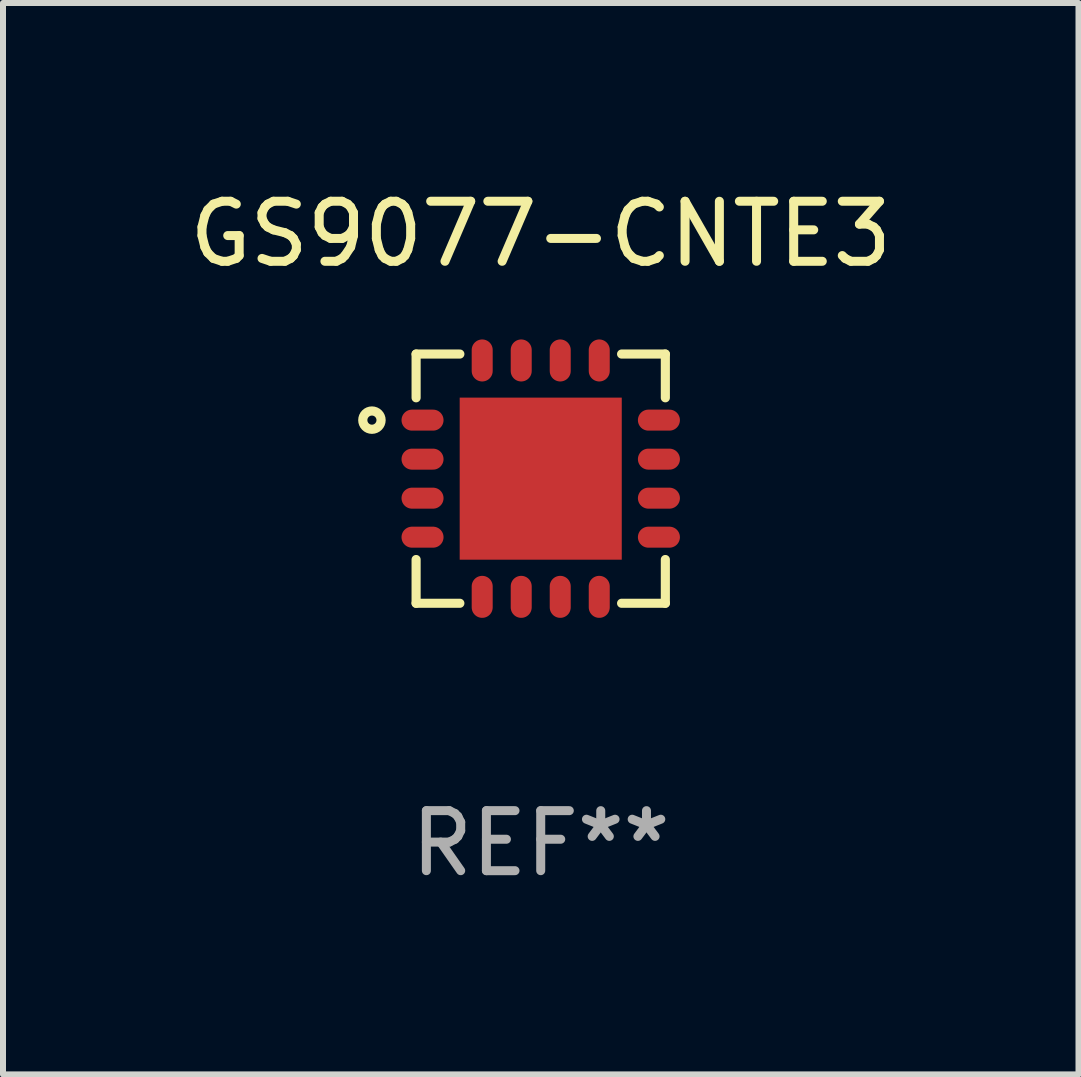
<source format=kicad_pcb>
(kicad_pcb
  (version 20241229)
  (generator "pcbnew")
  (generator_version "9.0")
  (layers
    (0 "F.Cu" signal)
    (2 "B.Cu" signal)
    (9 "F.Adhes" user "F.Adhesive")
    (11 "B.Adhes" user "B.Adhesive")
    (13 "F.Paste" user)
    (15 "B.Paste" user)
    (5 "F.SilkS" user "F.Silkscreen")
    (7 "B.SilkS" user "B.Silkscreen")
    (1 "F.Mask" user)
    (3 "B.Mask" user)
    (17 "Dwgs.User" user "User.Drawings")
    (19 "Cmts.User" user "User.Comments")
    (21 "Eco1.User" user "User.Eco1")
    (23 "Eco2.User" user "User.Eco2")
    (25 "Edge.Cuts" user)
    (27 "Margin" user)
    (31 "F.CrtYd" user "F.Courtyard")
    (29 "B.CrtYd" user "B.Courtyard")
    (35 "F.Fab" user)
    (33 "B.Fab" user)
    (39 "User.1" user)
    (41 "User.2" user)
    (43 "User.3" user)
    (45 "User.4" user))
  (footprint "GS9077-CNTE3"
    (layer "F.Cu")
    (at 5.958 4.924)
    (property "Reference" "GS9077-CNTE3" (at 0 -4.076 0) (layer "F.SilkS") (effects (font (size 1 1) (thickness 0.15))))
    (attr through_hole)
    (fp_line (start -2.076 -2.076) (end -2.076 -1.347) (stroke (width 0.152) (type solid)) (layer "F.SilkS"))
    (fp_line (start -2.076 2.076) (end -2.076 1.347) (stroke (width 0.152) (type solid)) (layer "F.SilkS"))
    (fp_line (start -1.347 -2.076) (end -2.076 -2.076) (stroke (width 0.152) (type solid)) (layer "F.SilkS"))
    (fp_line (start -1.347 2.076) (end -2.076 2.076) (stroke (width 0.152) (type solid)) (layer "F.SilkS"))
    (fp_line (start 1.347 -2.076) (end 2.076 -2.076) (stroke (width 0.152) (type solid)) (layer "F.SilkS"))
    (fp_line (start 1.347 2.076) (end 2.076 2.076) (stroke (width 0.152) (type solid)) (layer "F.SilkS"))
    (fp_line (start 2.076 -2.076) (end 2.076 -1.347) (stroke (width 0.152) (type solid)) (layer "F.SilkS"))
    (fp_line (start 2.076 2.076) (end 2.076 1.347) (stroke (width 0.152) (type solid)) (layer "F.SilkS"))
    (fp_circle (center -2.812 -0.975) (end -2.736 -0.975) (stroke (width 0.153) (type solid)) (fill no) (layer "F.SilkS"))
    (fp_text user "REF**" (at 0 6.076 0) (layer "F.Fab") (effects (font (size 1 1) (thickness 0.15))))
    (pad "1" smd oval (at -1.969 -0.975 270) (size 0.35 0.7) (layers "F.Cu" "F.Mask" "F.Paste"))
    (pad "2" smd oval (at -1.969 -0.325 270) (size 0.35 0.7) (layers "F.Cu" "F.Mask" "F.Paste"))
    (pad "3" smd oval (at -1.969 0.325 270) (size 0.35 0.7) (layers "F.Cu" "F.Mask" "F.Paste"))
    (pad "4" smd oval (at -1.969 0.975 270) (size 0.35 0.7) (layers "F.Cu" "F.Mask" "F.Paste"))
    (pad "5" smd oval (at -0.975 1.969 270) (size 0.7 0.35) (layers "F.Cu" "F.Mask" "F.Paste"))
    (pad "6" smd oval (at -0.325 1.969 270) (size 0.7 0.35) (layers "F.Cu" "F.Mask" "F.Paste"))
    (pad "7" smd oval (at 0.325 1.969 270) (size 0.7 0.35) (layers "F.Cu" "F.Mask" "F.Paste"))
    (pad "8" smd oval (at 0.975 1.969 270) (size 0.7 0.35) (layers "F.Cu" "F.Mask" "F.Paste"))
    (pad "9" smd oval (at 1.969 0.975 270) (size 0.35 0.7) (layers "F.Cu" "F.Mask" "F.Paste"))
    (pad "10" smd oval (at 1.969 0.325 270) (size 0.35 0.7) (layers "F.Cu" "F.Mask" "F.Paste"))
    (pad "11" smd oval (at 1.969 -0.325 270) (size 0.35 0.7) (layers "F.Cu" "F.Mask" "F.Paste"))
    (pad "12" smd oval (at 1.969 -0.975 270) (size 0.35 0.7) (layers "F.Cu" "F.Mask" "F.Paste"))
    (pad "13" smd oval (at 0.975 -1.969 270) (size 0.7 0.35) (layers "F.Cu" "F.Mask" "F.Paste"))
    (pad "14" smd oval (at 0.325 -1.969 270) (size 0.7 0.35) (layers "F.Cu" "F.Mask" "F.Paste"))
    (pad "15" smd oval (at -0.325 -1.969 270) (size 0.7 0.35) (layers "F.Cu" "F.Mask" "F.Paste"))
    (pad "16" smd oval (at -0.975 -1.969 270) (size 0.7 0.35) (layers "F.Cu" "F.Mask" "F.Paste"))
    (pad "17" smd rect (at 0 0) (size 2.7 2.7) (layers "F.Cu" "F.Mask" "F.Paste")))
  (gr_rect
    (start -3 -3)
    (end 14.917 14.849)
    (stroke (width 0.1) (type default))
    (fill no)
    (layer "Edge.Cuts")))
</source>
